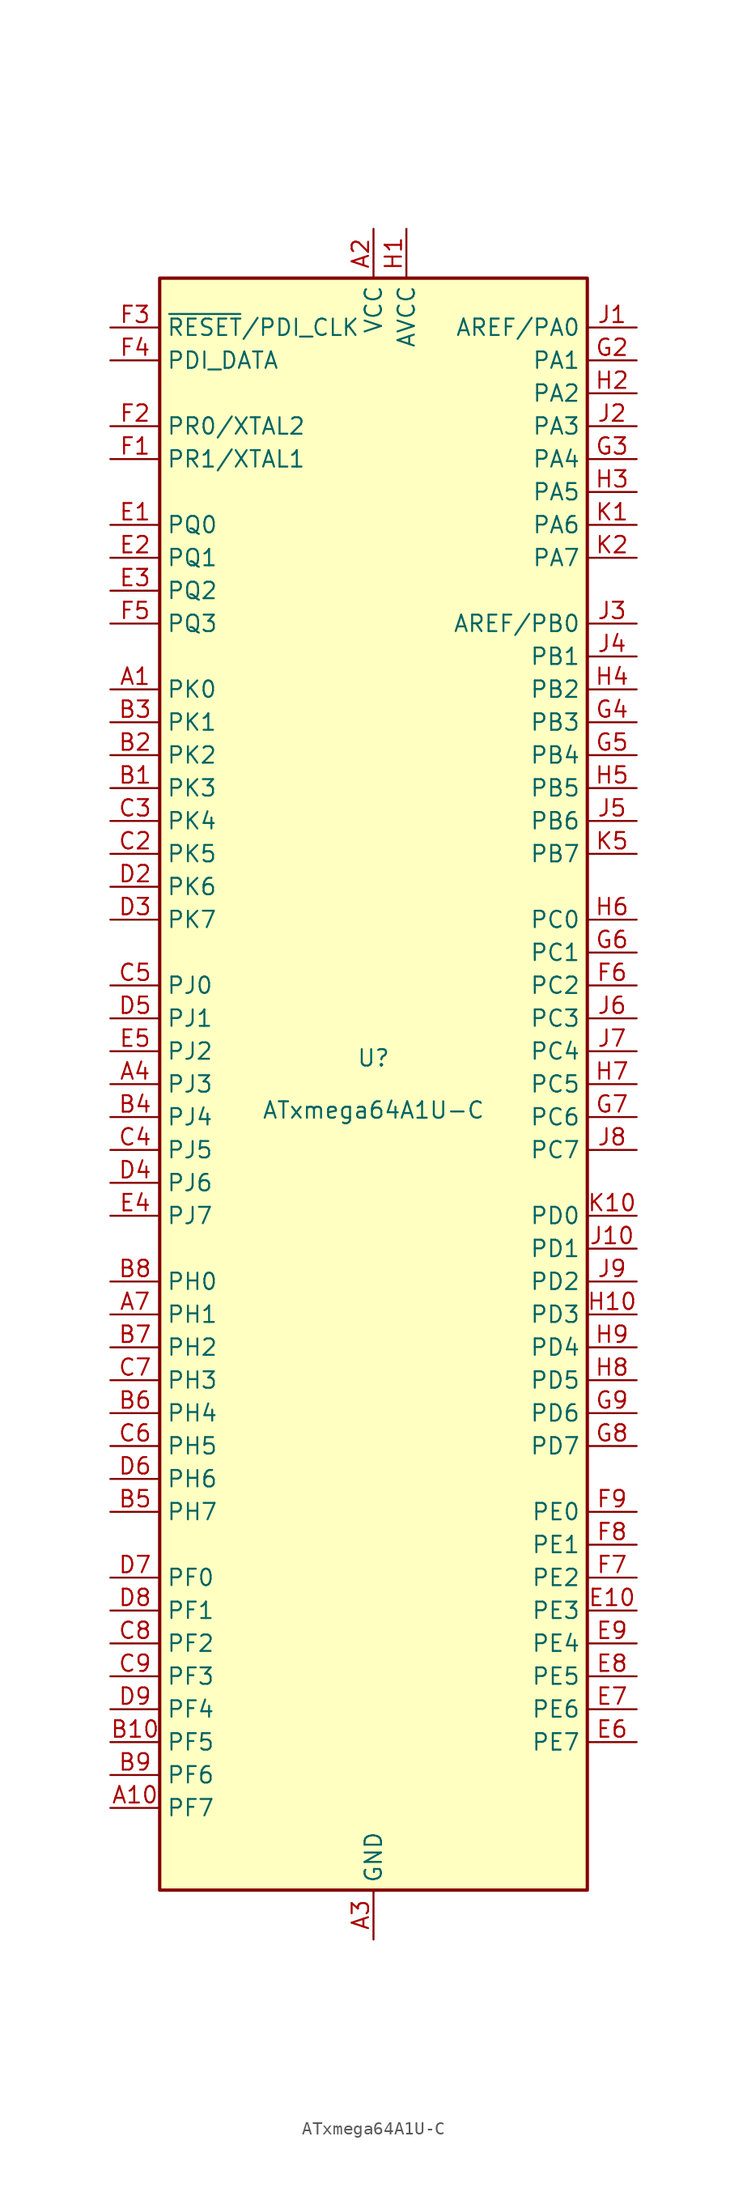
<source format=kicad_sym>
(kicad_symbol_lib
  (version 20201005)
  (generator kicad_symbol_editor)
  (symbol "ATxmega64A1U-C"
    (property "Reference" "U"
      (at 0 1.27 0)
      (effects (font (size 1.27 1.27)) (justify bottom)))
    (property "Value" "ATxmega64A1U-C"
      (at 0 -1.27 0)
      (effects (font (size 1.27 1.27)) (justify top)))
    (symbol "ATxmega64A1U-C_0_1"
      (rectangle (start -16.51 -62.23) (end 16.51 62.23) (stroke (width 0.254)) (fill (type background))))
    (symbol "ATxmega64A1U-C_1_1"
      (pin bidirectional line (at -20.32 30.48 0) (length 3.81) (name "PK0" (effects (font (size 1.27 1.27)))) (number "A1" (effects (font (size 1.27 1.27)))))
      (pin bidirectional line (at -20.32 -55.88 0) (length 3.81) (name "PF7" (effects (font (size 1.27 1.27)))) (number "A10" (effects (font (size 1.27 1.27)))))
      (pin power_in line (at 0 66.04 270) (length 3.81) (name "VCC" (effects (font (size 1.27 1.27)))) (number "A2" (effects (font (size 1.27 1.27)))))
      (pin power_in line (at 0 -66.04 90) (length 3.81) (name "GND" (effects (font (size 1.27 1.27)))) (number "A3" (effects (font (size 1.27 1.27)))))
      (pin bidirectional line (at -20.32 0 0) (length 3.81) (name "PJ3" (effects (font (size 1.27 1.27)))) (number "A4" (effects (font (size 1.27 1.27)))))
      (pin passive line (at 0 66.04 270) (length 3.81) hide (name "VCC" (effects (font (size 1.27 1.27)))) (number "A5" (effects (font (size 1.27 1.27)))))
      (pin passive line (at 0 -66.04 90) (length 3.81) hide (name "GND" (effects (font (size 1.27 1.27)))) (number "A6" (effects (font (size 1.27 1.27)))))
      (pin bidirectional line (at -20.32 -17.78 0) (length 3.81) (name "PH1" (effects (font (size 1.27 1.27)))) (number "A7" (effects (font (size 1.27 1.27)))))
      (pin passive line (at 0 -66.04 90) (length 3.81) hide (name "GND" (effects (font (size 1.27 1.27)))) (number "A8" (effects (font (size 1.27 1.27)))))
      (pin passive line (at 0 66.04 270) (length 3.81) hide (name "VCC" (effects (font (size 1.27 1.27)))) (number "A9" (effects (font (size 1.27 1.27)))))
      (pin bidirectional line (at -20.32 22.86 0) (length 3.81) (name "PK3" (effects (font (size 1.27 1.27)))) (number "B1" (effects (font (size 1.27 1.27)))))
      (pin bidirectional line (at -20.32 -50.8 0) (length 3.81) (name "PF5" (effects (font (size 1.27 1.27)))) (number "B10" (effects (font (size 1.27 1.27)))))
      (pin bidirectional line (at -20.32 25.4 0) (length 3.81) (name "PK2" (effects (font (size 1.27 1.27)))) (number "B2" (effects (font (size 1.27 1.27)))))
      (pin bidirectional line (at -20.32 27.94 0) (length 3.81) (name "PK1" (effects (font (size 1.27 1.27)))) (number "B3" (effects (font (size 1.27 1.27)))))
      (pin bidirectional line (at -20.32 -2.54 0) (length 3.81) (name "PJ4" (effects (font (size 1.27 1.27)))) (number "B4" (effects (font (size 1.27 1.27)))))
      (pin bidirectional line (at -20.32 -33.02 0) (length 3.81) (name "PH7" (effects (font (size 1.27 1.27)))) (number "B5" (effects (font (size 1.27 1.27)))))
      (pin bidirectional line (at -20.32 -25.4 0) (length 3.81) (name "PH4" (effects (font (size 1.27 1.27)))) (number "B6" (effects (font (size 1.27 1.27)))))
      (pin bidirectional line (at -20.32 -20.32 0) (length 3.81) (name "PH2" (effects (font (size 1.27 1.27)))) (number "B7" (effects (font (size 1.27 1.27)))))
      (pin bidirectional line (at -20.32 -15.24 0) (length 3.81) (name "PH0" (effects (font (size 1.27 1.27)))) (number "B8" (effects (font (size 1.27 1.27)))))
      (pin bidirectional line (at -20.32 -53.34 0) (length 3.81) (name "PF6" (effects (font (size 1.27 1.27)))) (number "B9" (effects (font (size 1.27 1.27)))))
      (pin passive line (at 0 66.04 270) (length 3.81) hide (name "VCC" (effects (font (size 1.27 1.27)))) (number "C1" (effects (font (size 1.27 1.27)))))
      (pin passive line (at 0 66.04 270) (length 3.81) hide (name "VCC" (effects (font (size 1.27 1.27)))) (number "C10" (effects (font (size 1.27 1.27)))))
      (pin bidirectional line (at -20.32 17.78 0) (length 3.81) (name "PK5" (effects (font (size 1.27 1.27)))) (number "C2" (effects (font (size 1.27 1.27)))))
      (pin bidirectional line (at -20.32 20.32 0) (length 3.81) (name "PK4" (effects (font (size 1.27 1.27)))) (number "C3" (effects (font (size 1.27 1.27)))))
      (pin bidirectional line (at -20.32 -5.08 0) (length 3.81) (name "PJ5" (effects (font (size 1.27 1.27)))) (number "C4" (effects (font (size 1.27 1.27)))))
      (pin bidirectional line (at -20.32 7.62 0) (length 3.81) (name "PJ0" (effects (font (size 1.27 1.27)))) (number "C5" (effects (font (size 1.27 1.27)))))
      (pin bidirectional line (at -20.32 -27.94 0) (length 3.81) (name "PH5" (effects (font (size 1.27 1.27)))) (number "C6" (effects (font (size 1.27 1.27)))))
      (pin bidirectional line (at -20.32 -22.86 0) (length 3.81) (name "PH3" (effects (font (size 1.27 1.27)))) (number "C7" (effects (font (size 1.27 1.27)))))
      (pin bidirectional line (at -20.32 -43.18 0) (length 3.81) (name "PF2" (effects (font (size 1.27 1.27)))) (number "C8" (effects (font (size 1.27 1.27)))))
      (pin bidirectional line (at -20.32 -45.72 0) (length 3.81) (name "PF3" (effects (font (size 1.27 1.27)))) (number "C9" (effects (font (size 1.27 1.27)))))
      (pin passive line (at 0 -66.04 90) (length 3.81) hide (name "GND" (effects (font (size 1.27 1.27)))) (number "D1" (effects (font (size 1.27 1.27)))))
      (pin passive line (at 0 -66.04 90) (length 3.81) hide (name "GND" (effects (font (size 1.27 1.27)))) (number "D10" (effects (font (size 1.27 1.27)))))
      (pin bidirectional line (at -20.32 15.24 0) (length 3.81) (name "PK6" (effects (font (size 1.27 1.27)))) (number "D2" (effects (font (size 1.27 1.27)))))
      (pin bidirectional line (at -20.32 12.7 0) (length 3.81) (name "PK7" (effects (font (size 1.27 1.27)))) (number "D3" (effects (font (size 1.27 1.27)))))
      (pin bidirectional line (at -20.32 -7.62 0) (length 3.81) (name "PJ6" (effects (font (size 1.27 1.27)))) (number "D4" (effects (font (size 1.27 1.27)))))
      (pin bidirectional line (at -20.32 5.08 0) (length 3.81) (name "PJ1" (effects (font (size 1.27 1.27)))) (number "D5" (effects (font (size 1.27 1.27)))))
      (pin bidirectional line (at -20.32 -30.48 0) (length 3.81) (name "PH6" (effects (font (size 1.27 1.27)))) (number "D6" (effects (font (size 1.27 1.27)))))
      (pin bidirectional line (at -20.32 -38.1 0) (length 3.81) (name "PF0" (effects (font (size 1.27 1.27)))) (number "D7" (effects (font (size 1.27 1.27)))))
      (pin bidirectional line (at -20.32 -40.64 0) (length 3.81) (name "PF1" (effects (font (size 1.27 1.27)))) (number "D8" (effects (font (size 1.27 1.27)))))
      (pin bidirectional line (at -20.32 -48.26 0) (length 3.81) (name "PF4" (effects (font (size 1.27 1.27)))) (number "D9" (effects (font (size 1.27 1.27)))))
      (pin bidirectional line (at -20.32 43.18 0) (length 3.81) (name "PQ0" (effects (font (size 1.27 1.27)))) (number "E1" (effects (font (size 1.27 1.27)))))
      (pin bidirectional line (at 20.32 -40.64 180) (length 3.81) (name "PE3" (effects (font (size 1.27 1.27)))) (number "E10" (effects (font (size 1.27 1.27)))))
      (pin bidirectional line (at -20.32 40.64 0) (length 3.81) (name "PQ1" (effects (font (size 1.27 1.27)))) (number "E2" (effects (font (size 1.27 1.27)))))
      (pin bidirectional line (at -20.32 38.1 0) (length 3.81) (name "PQ2" (effects (font (size 1.27 1.27)))) (number "E3" (effects (font (size 1.27 1.27)))))
      (pin bidirectional line (at -20.32 -10.16 0) (length 3.81) (name "PJ7" (effects (font (size 1.27 1.27)))) (number "E4" (effects (font (size 1.27 1.27)))))
      (pin bidirectional line (at -20.32 2.54 0) (length 3.81) (name "PJ2" (effects (font (size 1.27 1.27)))) (number "E5" (effects (font (size 1.27 1.27)))))
      (pin bidirectional line (at 20.32 -50.8 180) (length 3.81) (name "PE7" (effects (font (size 1.27 1.27)))) (number "E6" (effects (font (size 1.27 1.27)))))
      (pin bidirectional line (at 20.32 -48.26 180) (length 3.81) (name "PE6" (effects (font (size 1.27 1.27)))) (number "E7" (effects (font (size 1.27 1.27)))))
      (pin bidirectional line (at 20.32 -45.72 180) (length 3.81) (name "PE5" (effects (font (size 1.27 1.27)))) (number "E8" (effects (font (size 1.27 1.27)))))
      (pin bidirectional line (at 20.32 -43.18 180) (length 3.81) (name "PE4" (effects (font (size 1.27 1.27)))) (number "E9" (effects (font (size 1.27 1.27)))))
      (pin bidirectional line (at -20.32 48.26 0) (length 3.81) (name "PR1/XTAL1" (effects (font (size 1.27 1.27)))) (number "F1" (effects (font (size 1.27 1.27)))))
      (pin passive line (at 0 66.04 270) (length 3.81) hide (name "VCC" (effects (font (size 1.27 1.27)))) (number "F10" (effects (font (size 1.27 1.27)))))
      (pin bidirectional line (at -20.32 50.8 0) (length 3.81) (name "PR0/XTAL2" (effects (font (size 1.27 1.27)))) (number "F2" (effects (font (size 1.27 1.27)))))
      (pin input line (at -20.32 58.42 0) (length 3.81) (name "~RESET~/PDI_CLK" (effects (font (size 1.27 1.27)))) (number "F3" (effects (font (size 1.27 1.27)))))
      (pin bidirectional line (at -20.32 55.88 0) (length 3.81) (name "PDI_DATA" (effects (font (size 1.27 1.27)))) (number "F4" (effects (font (size 1.27 1.27)))))
      (pin bidirectional line (at -20.32 35.56 0) (length 3.81) (name "PQ3" (effects (font (size 1.27 1.27)))) (number "F5" (effects (font (size 1.27 1.27)))))
      (pin bidirectional line (at 20.32 7.62 180) (length 3.81) (name "PC2" (effects (font (size 1.27 1.27)))) (number "F6" (effects (font (size 1.27 1.27)))))
      (pin bidirectional line (at 20.32 -38.1 180) (length 3.81) (name "PE2" (effects (font (size 1.27 1.27)))) (number "F7" (effects (font (size 1.27 1.27)))))
      (pin bidirectional line (at 20.32 -35.56 180) (length 3.81) (name "PE1" (effects (font (size 1.27 1.27)))) (number "F8" (effects (font (size 1.27 1.27)))))
      (pin bidirectional line (at 20.32 -33.02 180) (length 3.81) (name "PE0" (effects (font (size 1.27 1.27)))) (number "F9" (effects (font (size 1.27 1.27)))))
      (pin passive line (at 0 -66.04 90) (length 3.81) hide (name "GND" (effects (font (size 1.27 1.27)))) (number "G1" (effects (font (size 1.27 1.27)))))
      (pin passive line (at 0 -66.04 90) (length 3.81) hide (name "GND" (effects (font (size 1.27 1.27)))) (number "G10" (effects (font (size 1.27 1.27)))))
      (pin bidirectional line (at 20.32 55.88 180) (length 3.81) (name "PA1" (effects (font (size 1.27 1.27)))) (number "G2" (effects (font (size 1.27 1.27)))))
      (pin bidirectional line (at 20.32 48.26 180) (length 3.81) (name "PA4" (effects (font (size 1.27 1.27)))) (number "G3" (effects (font (size 1.27 1.27)))))
      (pin bidirectional line (at 20.32 27.94 180) (length 3.81) (name "PB3" (effects (font (size 1.27 1.27)))) (number "G4" (effects (font (size 1.27 1.27)))))
      (pin bidirectional line (at 20.32 25.4 180) (length 3.81) (name "PB4" (effects (font (size 1.27 1.27)))) (number "G5" (effects (font (size 1.27 1.27)))))
      (pin bidirectional line (at 20.32 10.16 180) (length 3.81) (name "PC1" (effects (font (size 1.27 1.27)))) (number "G6" (effects (font (size 1.27 1.27)))))
      (pin bidirectional line (at 20.32 -2.54 180) (length 3.81) (name "PC6" (effects (font (size 1.27 1.27)))) (number "G7" (effects (font (size 1.27 1.27)))))
      (pin bidirectional line (at 20.32 -27.94 180) (length 3.81) (name "PD7" (effects (font (size 1.27 1.27)))) (number "G8" (effects (font (size 1.27 1.27)))))
      (pin bidirectional line (at 20.32 -25.4 180) (length 3.81) (name "PD6" (effects (font (size 1.27 1.27)))) (number "G9" (effects (font (size 1.27 1.27)))))
      (pin power_in line (at 2.54 66.04 270) (length 3.81) (name "AVCC" (effects (font (size 1.27 1.27)))) (number "H1" (effects (font (size 1.27 1.27)))))
      (pin bidirectional line (at 20.32 -17.78 180) (length 3.81) (name "PD3" (effects (font (size 1.27 1.27)))) (number "H10" (effects (font (size 1.27 1.27)))))
      (pin bidirectional line (at 20.32 53.34 180) (length 3.81) (name "PA2" (effects (font (size 1.27 1.27)))) (number "H2" (effects (font (size 1.27 1.27)))))
      (pin bidirectional line (at 20.32 45.72 180) (length 3.81) (name "PA5" (effects (font (size 1.27 1.27)))) (number "H3" (effects (font (size 1.27 1.27)))))
      (pin bidirectional line (at 20.32 30.48 180) (length 3.81) (name "PB2" (effects (font (size 1.27 1.27)))) (number "H4" (effects (font (size 1.27 1.27)))))
      (pin bidirectional line (at 20.32 22.86 180) (length 3.81) (name "PB5" (effects (font (size 1.27 1.27)))) (number "H5" (effects (font (size 1.27 1.27)))))
      (pin bidirectional line (at 20.32 12.7 180) (length 3.81) (name "PC0" (effects (font (size 1.27 1.27)))) (number "H6" (effects (font (size 1.27 1.27)))))
      (pin bidirectional line (at 20.32 0 180) (length 3.81) (name "PC5" (effects (font (size 1.27 1.27)))) (number "H7" (effects (font (size 1.27 1.27)))))
      (pin bidirectional line (at 20.32 -22.86 180) (length 3.81) (name "PD5" (effects (font (size 1.27 1.27)))) (number "H8" (effects (font (size 1.27 1.27)))))
      (pin bidirectional line (at 20.32 -20.32 180) (length 3.81) (name "PD4" (effects (font (size 1.27 1.27)))) (number "H9" (effects (font (size 1.27 1.27)))))
      (pin bidirectional line (at 20.32 58.42 180) (length 3.81) (name "AREF/PA0" (effects (font (size 1.27 1.27)))) (number "J1" (effects (font (size 1.27 1.27)))))
      (pin bidirectional line (at 20.32 -12.7 180) (length 3.81) (name "PD1" (effects (font (size 1.27 1.27)))) (number "J10" (effects (font (size 1.27 1.27)))))
      (pin bidirectional line (at 20.32 50.8 180) (length 3.81) (name "PA3" (effects (font (size 1.27 1.27)))) (number "J2" (effects (font (size 1.27 1.27)))))
      (pin bidirectional line (at 20.32 35.56 180) (length 3.81) (name "AREF/PB0" (effects (font (size 1.27 1.27)))) (number "J3" (effects (font (size 1.27 1.27)))))
      (pin bidirectional line (at 20.32 33.02 180) (length 3.81) (name "PB1" (effects (font (size 1.27 1.27)))) (number "J4" (effects (font (size 1.27 1.27)))))
      (pin bidirectional line (at 20.32 20.32 180) (length 3.81) (name "PB6" (effects (font (size 1.27 1.27)))) (number "J5" (effects (font (size 1.27 1.27)))))
      (pin bidirectional line (at 20.32 5.08 180) (length 3.81) (name "PC3" (effects (font (size 1.27 1.27)))) (number "J6" (effects (font (size 1.27 1.27)))))
      (pin bidirectional line (at 20.32 2.54 180) (length 3.81) (name "PC4" (effects (font (size 1.27 1.27)))) (number "J7" (effects (font (size 1.27 1.27)))))
      (pin bidirectional line (at 20.32 -5.08 180) (length 3.81) (name "PC7" (effects (font (size 1.27 1.27)))) (number "J8" (effects (font (size 1.27 1.27)))))
      (pin bidirectional line (at 20.32 -15.24 180) (length 3.81) (name "PD2" (effects (font (size 1.27 1.27)))) (number "J9" (effects (font (size 1.27 1.27)))))
      (pin bidirectional line (at 20.32 43.18 180) (length 3.81) (name "PA6" (effects (font (size 1.27 1.27)))) (number "K1" (effects (font (size 1.27 1.27)))))
      (pin bidirectional line (at 20.32 -10.16 180) (length 3.81) (name "PD0" (effects (font (size 1.27 1.27)))) (number "K10" (effects (font (size 1.27 1.27)))))
      (pin bidirectional line (at 20.32 40.64 180) (length 3.81) (name "PA7" (effects (font (size 1.27 1.27)))) (number "K2" (effects (font (size 1.27 1.27)))))
      (pin passive line (at 0 -66.04 90) (length 3.81) hide (name "GND" (effects (font (size 1.27 1.27)))) (number "K3" (effects (font (size 1.27 1.27)))))
      (pin passive line (at 2.54 66.04 270) (length 3.81) hide (name "AVCC" (effects (font (size 1.27 1.27)))) (number "K4" (effects (font (size 1.27 1.27)))))
      (pin bidirectional line (at 20.32 17.78 180) (length 3.81) (name "PB7" (effects (font (size 1.27 1.27)))) (number "K5" (effects (font (size 1.27 1.27)))))
      (pin passive line (at 0 66.04 270) (length 3.81) hide (name "VCC" (effects (font (size 1.27 1.27)))) (number "K6" (effects (font (size 1.27 1.27)))))
      (pin passive line (at 0 -66.04 90) (length 3.81) hide (name "GND" (effects (font (size 1.27 1.27)))) (number "K7" (effects (font (size 1.27 1.27)))))
      (pin passive line (at 0 66.04 270) (length 3.81) hide (name "VCC" (effects (font (size 1.27 1.27)))) (number "K8" (effects (font (size 1.27 1.27)))))
      (pin passive line (at 0 -66.04 90) (length 3.81) hide (name "GND" (effects (font (size 1.27 1.27)))) (number "K9" (effects (font (size 1.27 1.27))))))))
</source>
